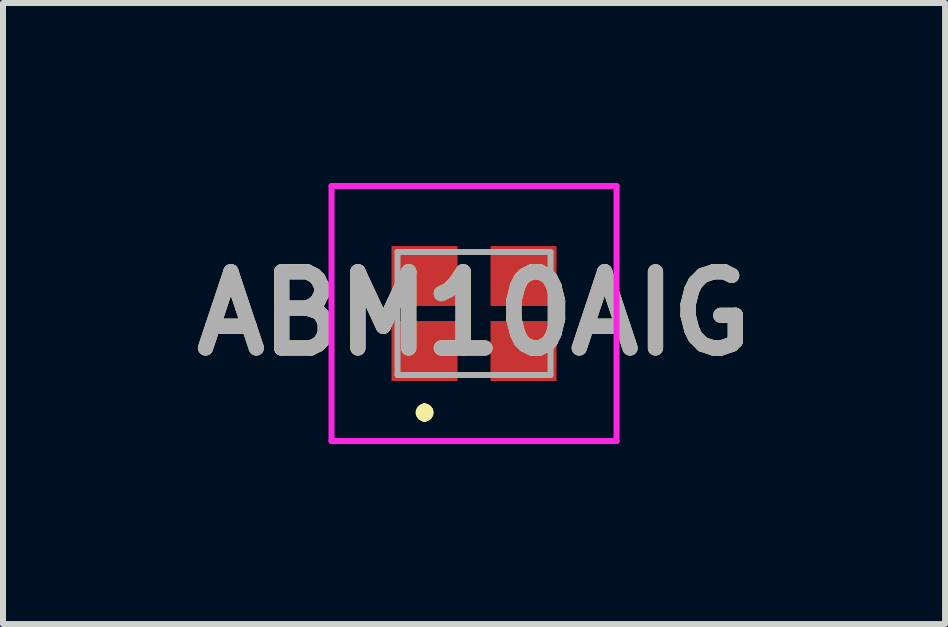
<source format=kicad_pcb>
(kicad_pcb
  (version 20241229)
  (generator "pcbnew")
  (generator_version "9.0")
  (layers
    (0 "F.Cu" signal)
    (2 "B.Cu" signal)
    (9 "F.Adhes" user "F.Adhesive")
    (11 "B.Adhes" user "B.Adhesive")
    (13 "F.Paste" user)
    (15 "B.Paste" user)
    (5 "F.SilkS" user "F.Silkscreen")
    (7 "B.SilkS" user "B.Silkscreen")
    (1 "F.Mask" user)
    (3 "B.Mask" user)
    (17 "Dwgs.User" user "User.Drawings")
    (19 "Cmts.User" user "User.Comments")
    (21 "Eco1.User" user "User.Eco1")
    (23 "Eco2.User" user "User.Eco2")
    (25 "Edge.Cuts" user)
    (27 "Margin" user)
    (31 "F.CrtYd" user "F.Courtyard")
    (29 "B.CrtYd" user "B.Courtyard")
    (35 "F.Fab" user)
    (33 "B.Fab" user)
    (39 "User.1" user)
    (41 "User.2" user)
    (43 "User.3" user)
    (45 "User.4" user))
  (footprint "ABM10AIG"
    (layer "F.Cu")
    (at 4.85 2.175)
    (property "Reference" "ABM10AIG" (at 0 0 0) (layer "F.SilkS") (effects (font (size 1.27 1.27) (thickness 0.254))))
    (attr smd)
    (fp_line (start -0.825 1.6) (end -0.825 1.6) (stroke (width 0.2) (type solid)) (layer "F.SilkS"))
    (fp_line (start -0.825 1.7) (end -0.825 1.7) (stroke (width 0.2) (type solid)) (layer "F.SilkS"))
    (fp_line (start -0.825 1.7) (end -0.825 1.7) (stroke (width 0.2) (type solid)) (layer "F.SilkS"))
    (fp_arc (start -0.825 1.6) (mid -0.775 1.65) (end -0.825 1.7) (stroke (width 0.2) (type solid)) (layer "F.SilkS"))
    (fp_arc (start -0.825 1.6) (mid -0.775 1.65) (end -0.825 1.7) (stroke (width 0.2) (type solid)) (layer "F.SilkS"))
    (fp_arc (start -0.825 1.7) (mid -0.875 1.65) (end -0.825 1.6) (stroke (width 0.2) (type solid)) (layer "F.SilkS"))
    (fp_line (start -2.375 -2.125) (end 2.375 -2.125) (stroke (width 0.1) (type solid)) (layer "F.CrtYd"))
    (fp_line (start -2.375 2.125) (end -2.375 -2.125) (stroke (width 0.1) (type solid)) (layer "F.CrtYd"))
    (fp_line (start 2.375 -2.125) (end 2.375 2.125) (stroke (width 0.1) (type solid)) (layer "F.CrtYd"))
    (fp_line (start 2.375 2.125) (end -2.375 2.125) (stroke (width 0.1) (type solid)) (layer "F.CrtYd"))
    (fp_line (start -1.275 -1.025) (end -1.275 1.025) (stroke (width 0.1) (type solid)) (layer "F.Fab"))
    (fp_line (start -1.275 1.025) (end 1.275 1.025) (stroke (width 0.1) (type solid)) (layer "F.Fab"))
    (fp_line (start 1.275 -1.025) (end -1.275 -1.025) (stroke (width 0.1) (type solid)) (layer "F.Fab"))
    (fp_line (start 1.275 1.025) (end 1.275 -1.025) (stroke (width 0.1) (type solid)) (layer "F.Fab"))
    (fp_text user "${REFERENCE}" (at 0 0 0) (layer "F.Fab") (effects (font (size 1.27 1.27) (thickness 0.254))))
    (pad "1" smd rect (at -0.825 0.625 90) (size 1 1.1) (layers "F.Cu" "F.Mask" "F.Paste"))
    (pad "2" smd rect (at 0.825 0.625 90) (size 1 1.1) (layers "F.Cu" "F.Mask" "F.Paste"))
    (pad "3" smd rect (at 0.825 -0.625 90) (size 1 1.1) (layers "F.Cu" "F.Mask" "F.Paste"))
    (pad "4" smd rect (at -0.825 -0.625 90) (size 1 1.1) (layers "F.Cu" "F.Mask" "F.Paste")))
  (gr_rect
    (start -3 -3)
    (end 12.7 7.35)
    (stroke (width 0.1) (type default))
    (fill no)
    (layer "Edge.Cuts")))
</source>
